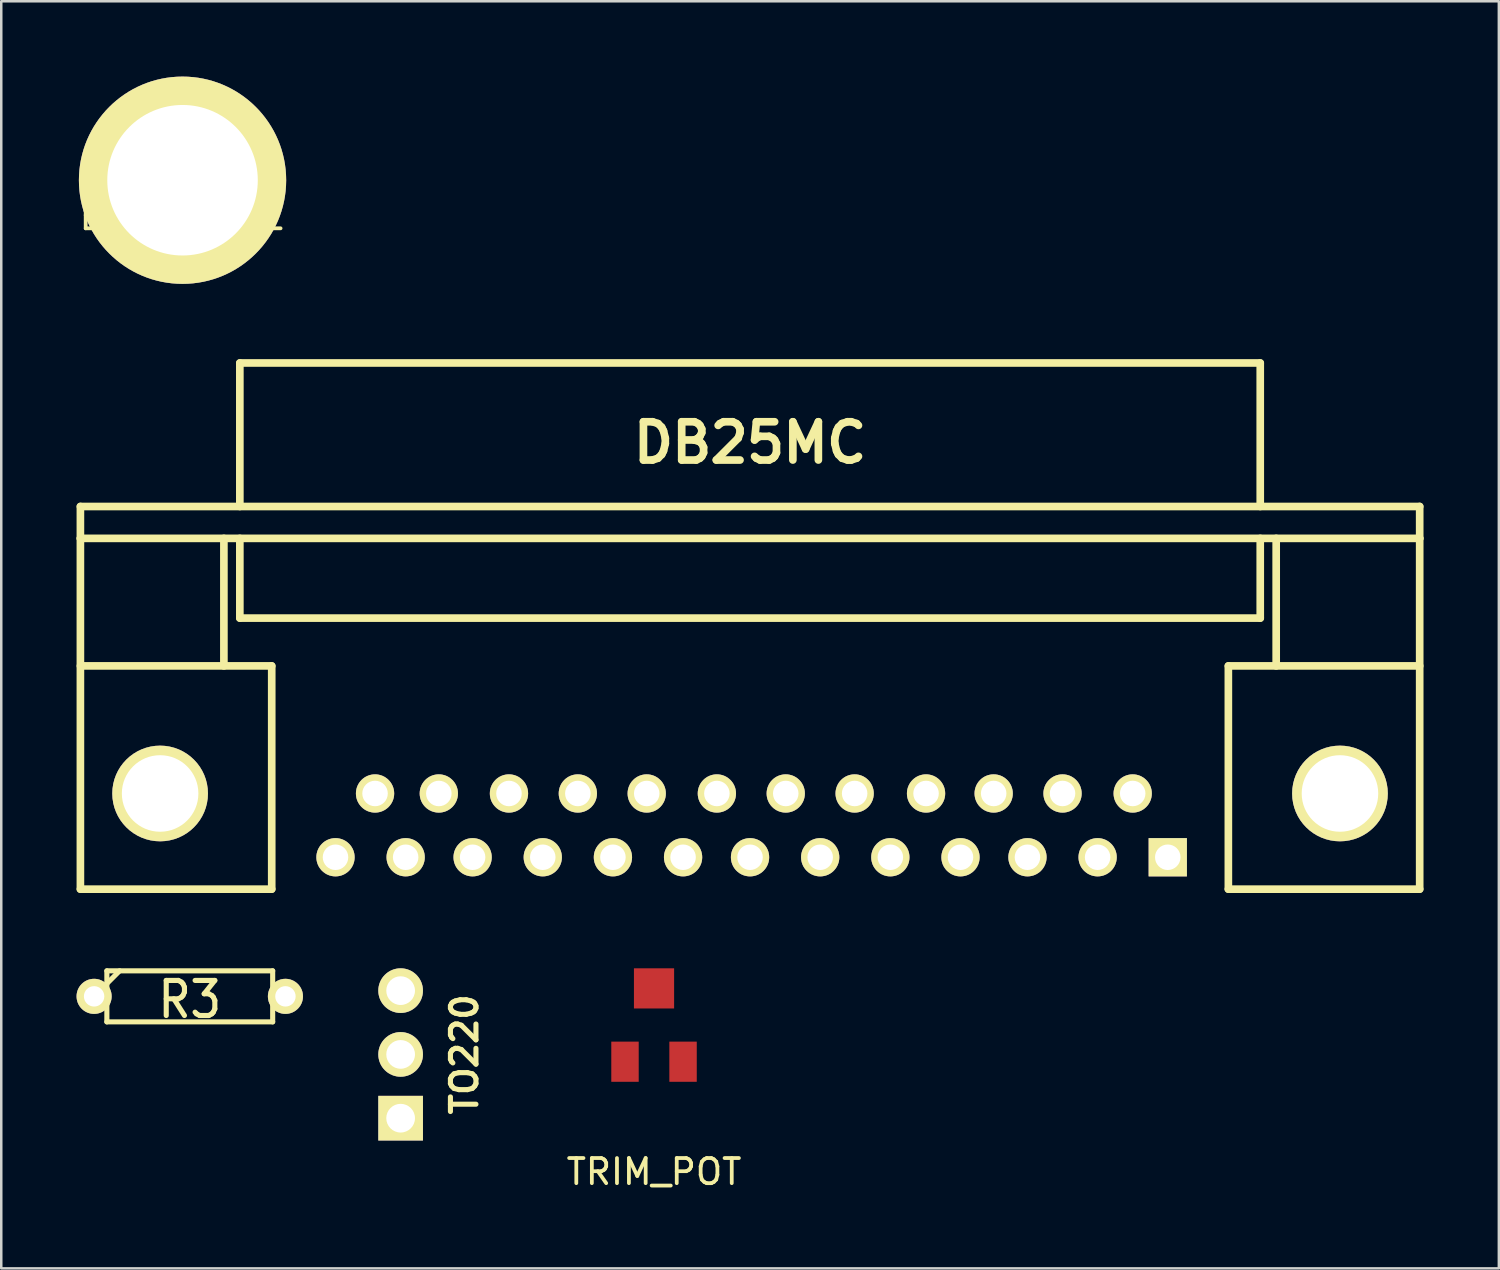
<source format=kicad_pcb>
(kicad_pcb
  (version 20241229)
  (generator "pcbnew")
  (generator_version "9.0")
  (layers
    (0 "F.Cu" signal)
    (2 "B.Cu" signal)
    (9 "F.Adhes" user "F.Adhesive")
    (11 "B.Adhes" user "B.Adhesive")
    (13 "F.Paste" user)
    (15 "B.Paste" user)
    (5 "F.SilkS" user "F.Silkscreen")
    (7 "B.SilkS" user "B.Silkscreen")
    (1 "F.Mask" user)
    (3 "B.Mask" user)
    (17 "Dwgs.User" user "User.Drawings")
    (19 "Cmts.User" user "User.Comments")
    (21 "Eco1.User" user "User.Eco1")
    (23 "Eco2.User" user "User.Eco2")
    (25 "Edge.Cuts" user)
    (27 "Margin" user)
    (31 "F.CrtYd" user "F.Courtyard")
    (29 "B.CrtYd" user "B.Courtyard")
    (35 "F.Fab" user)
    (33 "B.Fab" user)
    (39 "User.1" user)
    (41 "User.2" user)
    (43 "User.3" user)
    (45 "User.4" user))
  (footprint "R3"
    (layer "F.Cu")
    (at 4.508 36.632)
    (property "Reference" "R3" (at 0 0.127 0) (layer "F.SilkS") (effects (font (size 1.397 1.27) (thickness 0.203))))
    (attr through_hole)
    (fp_line (start -3.81 0) (end -3.302 0) (stroke (width 0.203) (type solid)) (layer "F.SilkS"))
    (fp_line (start -3.302 -1.016) (end -3.302 1.016) (stroke (width 0.203) (type solid)) (layer "F.SilkS"))
    (fp_line (start -3.302 -0.508) (end -2.794 -1.016) (stroke (width 0.203) (type solid)) (layer "F.SilkS"))
    (fp_line (start -3.302 1.016) (end 3.302 1.016) (stroke (width 0.203) (type solid)) (layer "F.SilkS"))
    (fp_line (start 3.302 -1.016) (end -3.302 -1.016) (stroke (width 0.203) (type solid)) (layer "F.SilkS"))
    (fp_line (start 3.302 0) (end 3.302 -1.016) (stroke (width 0.203) (type solid)) (layer "F.SilkS"))
    (fp_line (start 3.302 1.016) (end 3.302 0) (stroke (width 0.203) (type solid)) (layer "F.SilkS"))
    (fp_line (start 3.81 0) (end 3.302 0) (stroke (width 0.203) (type solid)) (layer "F.SilkS"))
    (pad "1" thru_hole circle (at -3.81 0) (size 1.397 1.397) (drill 0.813) (layers "*.Cu" "*.Mask" "F.SilkS"))
    (pad "2" thru_hole circle (at 3.81 0) (size 1.397 1.397) (drill 0.813) (layers "*.Cu" "*.Mask" "F.SilkS")))
  (footprint "BOLT_HOLE"
    (layer "F.Cu")
    (at 4.22 4.128)
    (property "Reference" "BOLT_HOLE" (at 0 1.46 0) (layer "F.SilkS") (effects (font (size 1 1) (thickness 0.15))))
    (attr through_hole)
    (pad "1" thru_hole circle (at 0 0) (size 8.255 8.255) (drill 5.994) (layers "*.Cu" "*.Mask" "F.SilkS")))
  (footprint "TRIM_POT"
    (layer "F.Cu")
    (at 22.998 37.775)
    (property "Reference" "TRIM_POT" (at 0 5.842 0) (layer "F.SilkS") (effects (font (size 1 1) (thickness 0.15))))
    (attr through_hole)
    (pad "1" smd rect (at 1.156 1.46) (size 1.092 1.6) (layers "F.Cu" "F.Mask" "F.Paste"))
    (pad "2" smd rect (at 0 -1.46) (size 1.6 1.6) (layers "F.Cu" "F.Mask" "F.Paste"))
    (pad "3" smd rect (at -1.156 1.46) (size 1.092 1.6) (layers "F.Cu" "F.Mask" "F.Paste")))
  (footprint "DB25MC"
    (layer "F.Cu")
    (at 26.822 29.822)
    (property "Reference" "DB25MC" (at 0 -15.24 0) (layer "F.SilkS") (effects (font (size 1.524 1.524) (thickness 0.305))))
    (attr through_hole)
    (fp_line (start -26.67 -12.7) (end -26.67 -11.43) (stroke (width 0.305) (type solid)) (layer "F.SilkS"))
    (fp_line (start -26.67 -11.43) (end 26.67 -11.43) (stroke (width 0.305) (type solid)) (layer "F.SilkS"))
    (fp_line (start -26.67 -6.35) (end -19.05 -6.35) (stroke (width 0.305) (type solid)) (layer "F.SilkS"))
    (fp_line (start -26.67 2.54) (end -26.67 -11.43) (stroke (width 0.305) (type solid)) (layer "F.SilkS"))
    (fp_line (start -26.67 2.54) (end -19.05 2.54) (stroke (width 0.305) (type solid)) (layer "F.SilkS"))
    (fp_line (start -20.955 -11.43) (end -20.955 -6.35) (stroke (width 0.305) (type solid)) (layer "F.SilkS"))
    (fp_line (start -20.32 -18.415) (end -20.32 -12.7) (stroke (width 0.305) (type solid)) (layer "F.SilkS"))
    (fp_line (start -20.32 -18.415) (end 20.32 -18.415) (stroke (width 0.305) (type solid)) (layer "F.SilkS"))
    (fp_line (start -20.32 -8.255) (end -20.32 -11.43) (stroke (width 0.305) (type solid)) (layer "F.SilkS"))
    (fp_line (start -20.32 -8.255) (end 20.32 -8.255) (stroke (width 0.305) (type solid)) (layer "F.SilkS"))
    (fp_line (start -19.05 -6.35) (end -19.05 2.54) (stroke (width 0.305) (type solid)) (layer "F.SilkS"))
    (fp_line (start 19.05 -6.35) (end 19.05 2.54) (stroke (width 0.305) (type solid)) (layer "F.SilkS"))
    (fp_line (start 19.05 2.54) (end 26.67 2.54) (stroke (width 0.305) (type solid)) (layer "F.SilkS"))
    (fp_line (start 20.32 -18.415) (end 20.32 -12.7) (stroke (width 0.305) (type solid)) (layer "F.SilkS"))
    (fp_line (start 20.32 -8.255) (end 20.32 -11.43) (stroke (width 0.305) (type solid)) (layer "F.SilkS"))
    (fp_line (start 20.955 -11.43) (end 20.955 -6.35) (stroke (width 0.305) (type solid)) (layer "F.SilkS"))
    (fp_line (start 26.67 -12.7) (end -26.67 -12.7) (stroke (width 0.305) (type solid)) (layer "F.SilkS"))
    (fp_line (start 26.67 -11.43) (end 26.67 -12.7) (stroke (width 0.305) (type solid)) (layer "F.SilkS"))
    (fp_line (start 26.67 -11.43) (end 26.67 2.54) (stroke (width 0.305) (type solid)) (layer "F.SilkS"))
    (fp_line (start 26.67 -6.35) (end 19.05 -6.35) (stroke (width 0.305) (type solid)) (layer "F.SilkS"))
    (pad "" thru_hole circle (at -23.495 -1.27) (size 3.81 3.81) (drill 3.048) (layers "*.Cu" "*.Mask" "F.SilkS"))
    (pad "" thru_hole circle (at 23.495 -1.27) (size 3.81 3.81) (drill 3.048) (layers "*.Cu" "*.Mask" "F.SilkS"))
    (pad "1" thru_hole rect (at 16.637 1.27) (size 1.524 1.524) (drill 1.016) (layers "*.Cu" "*.Mask" "F.SilkS"))
    (pad "2" thru_hole circle (at 13.843 1.27) (size 1.524 1.524) (drill 1.016) (layers "*.Cu" "*.Mask" "F.SilkS"))
    (pad "3" thru_hole circle (at 11.049 1.27) (size 1.524 1.524) (drill 1.016) (layers "*.Cu" "*.Mask" "F.SilkS"))
    (pad "4" thru_hole circle (at 8.382 1.27) (size 1.524 1.524) (drill 1.016) (layers "*.Cu" "*.Mask" "F.SilkS"))
    (pad "5" thru_hole circle (at 5.588 1.27) (size 1.524 1.524) (drill 1.016) (layers "*.Cu" "*.Mask" "F.SilkS"))
    (pad "6" thru_hole circle (at 2.794 1.27) (size 1.524 1.524) (drill 1.016) (layers "*.Cu" "*.Mask" "F.SilkS"))
    (pad "7" thru_hole circle (at 0 1.27) (size 1.524 1.524) (drill 1.016) (layers "*.Cu" "*.Mask" "F.SilkS"))
    (pad "8" thru_hole circle (at -2.667 1.27) (size 1.524 1.524) (drill 1.016) (layers "*.Cu" "*.Mask" "F.SilkS"))
    (pad "9" thru_hole circle (at -5.461 1.27) (size 1.524 1.524) (drill 1.016) (layers "*.Cu" "*.Mask" "F.SilkS"))
    (pad "10" thru_hole circle (at -8.255 1.27) (size 1.524 1.524) (drill 1.016) (layers "*.Cu" "*.Mask" "F.SilkS"))
    (pad "11" thru_hole circle (at -11.049 1.27) (size 1.524 1.524) (drill 1.016) (layers "*.Cu" "*.Mask" "F.SilkS"))
    (pad "12" thru_hole circle (at -13.716 1.27) (size 1.524 1.524) (drill 1.016) (layers "*.Cu" "*.Mask" "F.SilkS"))
    (pad "13" thru_hole circle (at -16.51 1.27) (size 1.524 1.524) (drill 1.016) (layers "*.Cu" "*.Mask" "F.SilkS"))
    (pad "14" thru_hole circle (at 15.24 -1.27) (size 1.524 1.524) (drill 1.016) (layers "*.Cu" "*.Mask" "F.SilkS"))
    (pad "15" thru_hole circle (at 12.446 -1.27) (size 1.524 1.524) (drill 1.016) (layers "*.Cu" "*.Mask" "F.SilkS"))
    (pad "16" thru_hole circle (at 9.703 -1.27) (size 1.524 1.524) (drill 1.016) (layers "*.Cu" "*.Mask" "F.SilkS"))
    (pad "17" thru_hole circle (at 7.01 -1.27) (size 1.524 1.524) (drill 1.016) (layers "*.Cu" "*.Mask" "F.SilkS"))
    (pad "18" thru_hole circle (at 4.166 -1.27) (size 1.524 1.524) (drill 1.016) (layers "*.Cu" "*.Mask" "F.SilkS"))
    (pad "19" thru_hole circle (at 1.422 -1.27) (size 1.524 1.524) (drill 1.016) (layers "*.Cu" "*.Mask" "F.SilkS"))
    (pad "20" thru_hole circle (at -1.321 -1.27) (size 1.524 1.524) (drill 1.016) (layers "*.Cu" "*.Mask" "F.SilkS"))
    (pad "21" thru_hole circle (at -4.115 -1.27) (size 1.524 1.524) (drill 1.016) (layers "*.Cu" "*.Mask" "F.SilkS"))
    (pad "22" thru_hole circle (at -6.858 -1.27) (size 1.524 1.524) (drill 1.016) (layers "*.Cu" "*.Mask" "F.SilkS"))
    (pad "23" thru_hole circle (at -9.601 -1.27) (size 1.524 1.524) (drill 1.016) (layers "*.Cu" "*.Mask" "F.SilkS"))
    (pad "24" thru_hole circle (at -12.395 -1.27) (size 1.524 1.524) (drill 1.016) (layers "*.Cu" "*.Mask" "F.SilkS"))
    (pad "25" thru_hole circle (at -14.935 -1.27) (size 1.524 1.524) (drill 1.016) (layers "*.Cu" "*.Mask" "F.SilkS")))
  (footprint "TO220"
    (layer "F.Cu")
    (at 12.906 38.944)
    (property "Reference" "TO220" (at 2.54 0 90) (layer "F.SilkS") (effects (font (size 1.016 1.016) (thickness 0.203))))
    (attr through_hole)
    (pad "1" thru_hole circle (at 0 -2.54) (size 1.778 1.778) (drill 1.143) (layers "*.Cu" "*.Mask" "F.SilkS"))
    (pad "2" thru_hole circle (at 0 0) (size 1.778 1.778) (drill 1.143) (layers "*.Cu" "*.Mask" "F.SilkS"))
    (pad "3" thru_hole rect (at 0 2.54) (size 1.778 1.778) (drill 1.143) (layers "*.Cu" "*.Mask" "F.SilkS")))
  (gr_rect
    (start -3 -3)
    (end 56.645 47.466)
    (stroke (width 0.1) (type default))
    (fill no)
    (layer "Edge.Cuts")))
</source>
